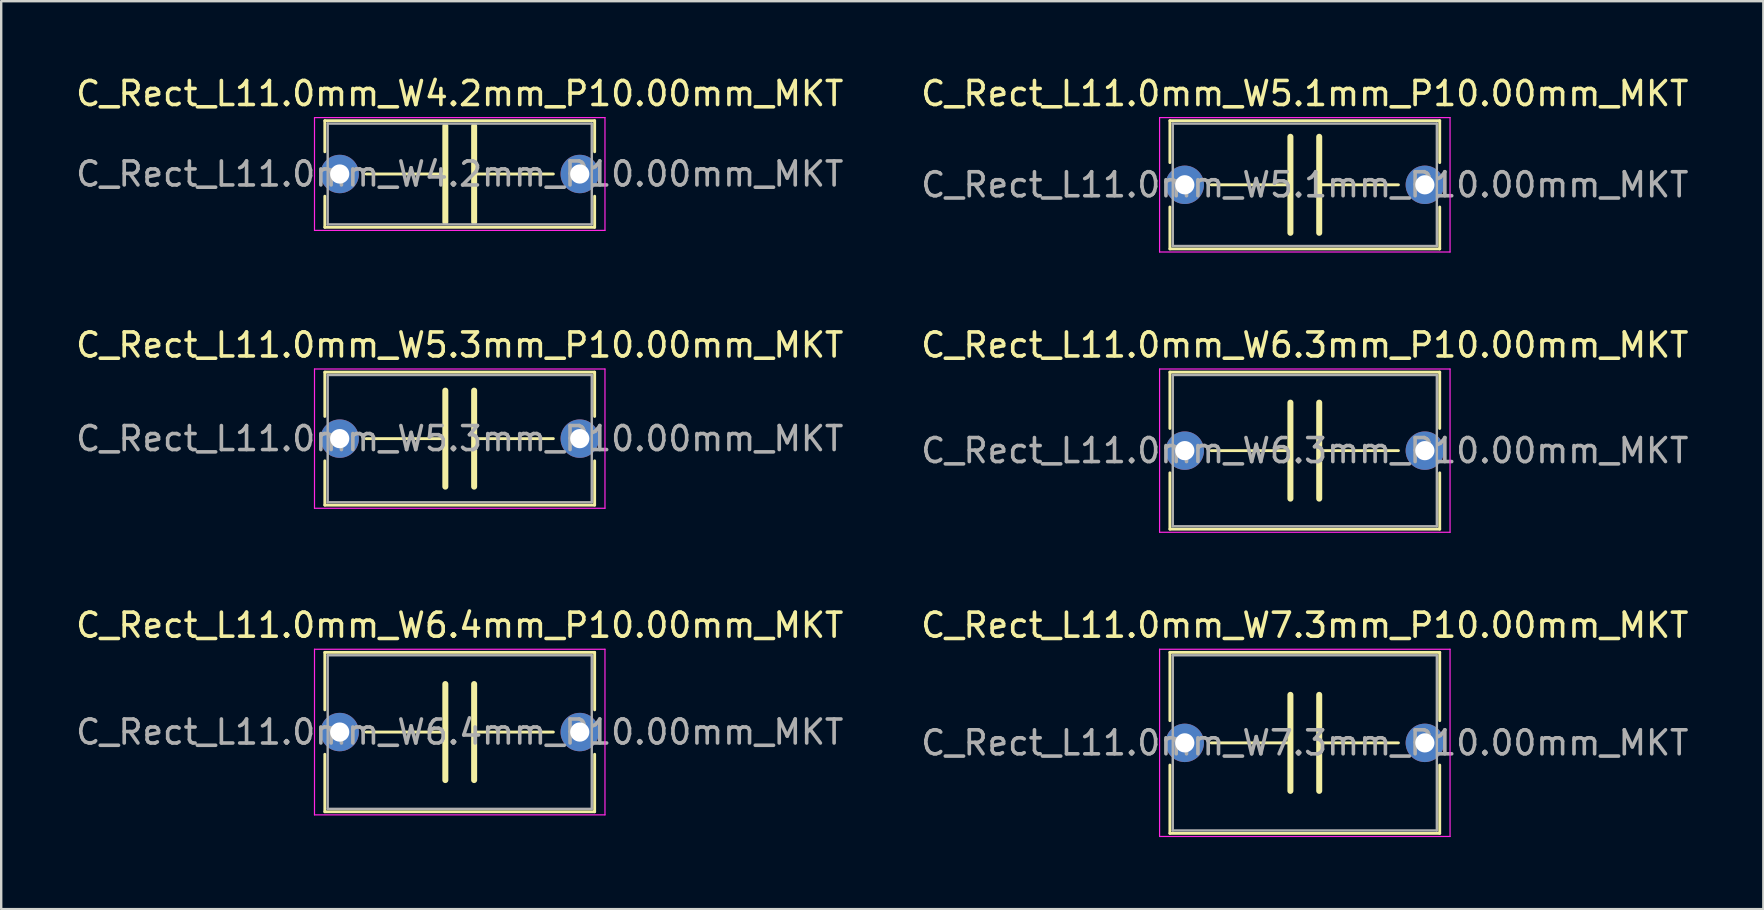
<source format=kicad_pcb>
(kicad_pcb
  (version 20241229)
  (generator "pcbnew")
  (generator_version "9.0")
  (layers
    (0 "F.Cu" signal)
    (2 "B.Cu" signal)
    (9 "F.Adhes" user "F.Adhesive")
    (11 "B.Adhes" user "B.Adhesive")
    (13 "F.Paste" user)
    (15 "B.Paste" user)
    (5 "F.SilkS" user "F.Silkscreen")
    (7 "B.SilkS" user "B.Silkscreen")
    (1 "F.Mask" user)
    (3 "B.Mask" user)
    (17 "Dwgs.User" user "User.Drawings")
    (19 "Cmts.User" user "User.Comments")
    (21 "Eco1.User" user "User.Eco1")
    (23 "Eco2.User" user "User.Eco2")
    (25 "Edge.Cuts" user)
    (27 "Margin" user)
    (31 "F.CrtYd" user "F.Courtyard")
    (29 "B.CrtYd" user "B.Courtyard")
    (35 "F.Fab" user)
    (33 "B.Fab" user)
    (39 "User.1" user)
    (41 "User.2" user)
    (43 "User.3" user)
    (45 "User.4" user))
  (footprint "C_Rect_L11.0mm_W6.3mm_P10.00mm_MKT"
    (layer "F.Cu")
    (at 46.304 15.722)
    (property "Reference" "C_Rect_L11.0mm_W6.3mm_P10.00mm_MKT" (at 5 -4.4 0) (layer "F.SilkS") (effects (font (size 1 1) (thickness 0.15))))
    (attr through_hole)
    (fp_line (start -0.62 -3.27) (end -0.62 -0.925) (stroke (width 0.12) (type solid)) (layer "F.SilkS"))
    (fp_line (start -0.62 -3.27) (end 10.62 -3.27) (stroke (width 0.12) (type solid)) (layer "F.SilkS"))
    (fp_line (start -0.62 0.925) (end -0.62 3.27) (stroke (width 0.12) (type solid)) (layer "F.SilkS"))
    (fp_line (start -0.62 3.27) (end 10.62 3.27) (stroke (width 0.12) (type solid)) (layer "F.SilkS"))
    (fp_line (start 1.1 0) (end 4.4 0) (stroke (width 0.12) (type solid)) (layer "F.SilkS"))
    (fp_line (start 4.4 2) (end 4.4 -2) (stroke (width 0.25) (type solid)) (layer "F.SilkS"))
    (fp_line (start 5.6 2) (end 5.6 -2) (stroke (width 0.25) (type solid)) (layer "F.SilkS"))
    (fp_line (start 8.9 0) (end 5.6 0) (stroke (width 0.12) (type solid)) (layer "F.SilkS"))
    (fp_line (start 10.62 -3.27) (end 10.62 -0.925) (stroke (width 0.12) (type solid)) (layer "F.SilkS"))
    (fp_line (start 10.62 0.925) (end 10.62 3.27) (stroke (width 0.12) (type solid)) (layer "F.SilkS"))
    (fp_line (start -1.05 -3.4) (end -1.05 3.4) (stroke (width 0.05) (type solid)) (layer "F.CrtYd"))
    (fp_line (start -1.05 3.4) (end 11.05 3.4) (stroke (width 0.05) (type solid)) (layer "F.CrtYd"))
    (fp_line (start 11.05 -3.4) (end -1.05 -3.4) (stroke (width 0.05) (type solid)) (layer "F.CrtYd"))
    (fp_line (start 11.05 3.4) (end 11.05 -3.4) (stroke (width 0.05) (type solid)) (layer "F.CrtYd"))
    (fp_line (start -0.5 -3.15) (end -0.5 3.15) (stroke (width 0.1) (type solid)) (layer "F.Fab"))
    (fp_line (start -0.5 3.15) (end 10.5 3.15) (stroke (width 0.1) (type solid)) (layer "F.Fab"))
    (fp_line (start 10.5 -3.15) (end -0.5 -3.15) (stroke (width 0.1) (type solid)) (layer "F.Fab"))
    (fp_line (start 10.5 3.15) (end 10.5 -3.15) (stroke (width 0.1) (type solid)) (layer "F.Fab"))
    (fp_text user "${REFERENCE}" (at 5 0 0) (layer "F.Fab") (effects (font (size 1 1) (thickness 0.15))))
    (pad "1" thru_hole circle (at 0 0) (size 1.6 1.6) (drill 0.8) (layers "*.Cu" "*.Mask"))
    (pad "2" thru_hole circle (at 10 0) (size 1.6 1.6) (drill 0.8) (layers "*.Cu" "*.Mask")))
  (footprint "C_Rect_L11.0mm_W5.3mm_P10.00mm_MKT"
    (layer "F.Cu")
    (at 11.101 15.222)
    (property "Reference" "C_Rect_L11.0mm_W5.3mm_P10.00mm_MKT" (at 5 -3.9 0) (layer "F.SilkS") (effects (font (size 1 1) (thickness 0.15))))
    (attr through_hole)
    (fp_line (start -0.62 -2.77) (end -0.62 -0.925) (stroke (width 0.12) (type solid)) (layer "F.SilkS"))
    (fp_line (start -0.62 -2.77) (end 10.62 -2.77) (stroke (width 0.12) (type solid)) (layer "F.SilkS"))
    (fp_line (start -0.62 0.925) (end -0.62 2.77) (stroke (width 0.12) (type solid)) (layer "F.SilkS"))
    (fp_line (start -0.62 2.77) (end 10.62 2.77) (stroke (width 0.12) (type solid)) (layer "F.SilkS"))
    (fp_line (start 1.1 0) (end 4.4 0) (stroke (width 0.12) (type solid)) (layer "F.SilkS"))
    (fp_line (start 4.4 2) (end 4.4 -2) (stroke (width 0.25) (type solid)) (layer "F.SilkS"))
    (fp_line (start 5.6 2) (end 5.6 -2) (stroke (width 0.25) (type solid)) (layer "F.SilkS"))
    (fp_line (start 8.9 0) (end 5.6 0) (stroke (width 0.12) (type solid)) (layer "F.SilkS"))
    (fp_line (start 10.62 -2.77) (end 10.62 -0.925) (stroke (width 0.12) (type solid)) (layer "F.SilkS"))
    (fp_line (start 10.62 0.925) (end 10.62 2.77) (stroke (width 0.12) (type solid)) (layer "F.SilkS"))
    (fp_line (start -1.05 -2.9) (end -1.05 2.9) (stroke (width 0.05) (type solid)) (layer "F.CrtYd"))
    (fp_line (start -1.05 2.9) (end 11.05 2.9) (stroke (width 0.05) (type solid)) (layer "F.CrtYd"))
    (fp_line (start 11.05 -2.9) (end -1.05 -2.9) (stroke (width 0.05) (type solid)) (layer "F.CrtYd"))
    (fp_line (start 11.05 2.9) (end 11.05 -2.9) (stroke (width 0.05) (type solid)) (layer "F.CrtYd"))
    (fp_line (start -0.5 -2.65) (end -0.5 2.65) (stroke (width 0.1) (type solid)) (layer "F.Fab"))
    (fp_line (start -0.5 2.65) (end 10.5 2.65) (stroke (width 0.1) (type solid)) (layer "F.Fab"))
    (fp_line (start 10.5 -2.65) (end -0.5 -2.65) (stroke (width 0.1) (type solid)) (layer "F.Fab"))
    (fp_line (start 10.5 2.65) (end 10.5 -2.65) (stroke (width 0.1) (type solid)) (layer "F.Fab"))
    (fp_text user "${REFERENCE}" (at 5 0 0) (layer "F.Fab") (effects (font (size 1 1) (thickness 0.15))))
    (pad "1" thru_hole circle (at 0 0) (size 1.6 1.6) (drill 0.8) (layers "*.Cu" "*.Mask"))
    (pad "2" thru_hole circle (at 10 0) (size 1.6 1.6) (drill 0.8) (layers "*.Cu" "*.Mask")))
  (footprint "C_Rect_L11.0mm_W4.2mm_P10.00mm_MKT"
    (layer "F.Cu")
    (at 11.101 4.198)
    (property "Reference" "C_Rect_L11.0mm_W4.2mm_P10.00mm_MKT" (at 5 -3.35 0) (layer "F.SilkS") (effects (font (size 1 1) (thickness 0.15))))
    (attr through_hole)
    (fp_line (start -0.62 -2.22) (end -0.62 -0.925) (stroke (width 0.12) (type solid)) (layer "F.SilkS"))
    (fp_line (start -0.62 -2.22) (end 10.62 -2.22) (stroke (width 0.12) (type solid)) (layer "F.SilkS"))
    (fp_line (start -0.62 0.925) (end -0.62 2.22) (stroke (width 0.12) (type solid)) (layer "F.SilkS"))
    (fp_line (start -0.62 2.22) (end 10.62 2.22) (stroke (width 0.12) (type solid)) (layer "F.SilkS"))
    (fp_line (start 1.1 0) (end 4.4 0) (stroke (width 0.12) (type solid)) (layer "F.SilkS"))
    (fp_line (start 4.4 2) (end 4.4 -2) (stroke (width 0.25) (type solid)) (layer "F.SilkS"))
    (fp_line (start 5.6 2) (end 5.6 -2) (stroke (width 0.25) (type solid)) (layer "F.SilkS"))
    (fp_line (start 8.9 0) (end 5.6 0) (stroke (width 0.12) (type solid)) (layer "F.SilkS"))
    (fp_line (start 10.62 -2.22) (end 10.62 -0.925) (stroke (width 0.12) (type solid)) (layer "F.SilkS"))
    (fp_line (start 10.62 0.925) (end 10.62 2.22) (stroke (width 0.12) (type solid)) (layer "F.SilkS"))
    (fp_line (start -1.05 -2.35) (end -1.05 2.35) (stroke (width 0.05) (type solid)) (layer "F.CrtYd"))
    (fp_line (start -1.05 2.35) (end 11.05 2.35) (stroke (width 0.05) (type solid)) (layer "F.CrtYd"))
    (fp_line (start 11.05 -2.35) (end -1.05 -2.35) (stroke (width 0.05) (type solid)) (layer "F.CrtYd"))
    (fp_line (start 11.05 2.35) (end 11.05 -2.35) (stroke (width 0.05) (type solid)) (layer "F.CrtYd"))
    (fp_line (start -0.5 -2.1) (end -0.5 2.1) (stroke (width 0.1) (type solid)) (layer "F.Fab"))
    (fp_line (start -0.5 2.1) (end 10.5 2.1) (stroke (width 0.1) (type solid)) (layer "F.Fab"))
    (fp_line (start 10.5 -2.1) (end -0.5 -2.1) (stroke (width 0.1) (type solid)) (layer "F.Fab"))
    (fp_line (start 10.5 2.1) (end 10.5 -2.1) (stroke (width 0.1) (type solid)) (layer "F.Fab"))
    (fp_text user "${REFERENCE}" (at 5 0 0) (layer "F.Fab") (effects (font (size 1 1) (thickness 0.15))))
    (pad "1" thru_hole circle (at 0 0) (size 1.6 1.6) (drill 0.8) (layers "*.Cu" "*.Mask"))
    (pad "2" thru_hole circle (at 10 0) (size 1.6 1.6) (drill 0.8) (layers "*.Cu" "*.Mask")))
  (footprint "C_Rect_L11.0mm_W6.4mm_P10.00mm_MKT"
    (layer "F.Cu")
    (at 11.101 27.445)
    (property "Reference" "C_Rect_L11.0mm_W6.4mm_P10.00mm_MKT" (at 5 -4.45 0) (layer "F.SilkS") (effects (font (size 1 1) (thickness 0.15))))
    (attr through_hole)
    (fp_line (start -0.62 -3.32) (end -0.62 -0.925) (stroke (width 0.12) (type solid)) (layer "F.SilkS"))
    (fp_line (start -0.62 -3.32) (end 10.62 -3.32) (stroke (width 0.12) (type solid)) (layer "F.SilkS"))
    (fp_line (start -0.62 0.925) (end -0.62 3.32) (stroke (width 0.12) (type solid)) (layer "F.SilkS"))
    (fp_line (start -0.62 3.32) (end 10.62 3.32) (stroke (width 0.12) (type solid)) (layer "F.SilkS"))
    (fp_line (start 1.1 0) (end 4.4 0) (stroke (width 0.12) (type solid)) (layer "F.SilkS"))
    (fp_line (start 4.4 2) (end 4.4 -2) (stroke (width 0.25) (type solid)) (layer "F.SilkS"))
    (fp_line (start 5.6 2) (end 5.6 -2) (stroke (width 0.25) (type solid)) (layer "F.SilkS"))
    (fp_line (start 8.9 0) (end 5.6 0) (stroke (width 0.12) (type solid)) (layer "F.SilkS"))
    (fp_line (start 10.62 -3.32) (end 10.62 -0.925) (stroke (width 0.12) (type solid)) (layer "F.SilkS"))
    (fp_line (start 10.62 0.925) (end 10.62 3.32) (stroke (width 0.12) (type solid)) (layer "F.SilkS"))
    (fp_line (start -1.05 -3.45) (end -1.05 3.45) (stroke (width 0.05) (type solid)) (layer "F.CrtYd"))
    (fp_line (start -1.05 3.45) (end 11.05 3.45) (stroke (width 0.05) (type solid)) (layer "F.CrtYd"))
    (fp_line (start 11.05 -3.45) (end -1.05 -3.45) (stroke (width 0.05) (type solid)) (layer "F.CrtYd"))
    (fp_line (start 11.05 3.45) (end 11.05 -3.45) (stroke (width 0.05) (type solid)) (layer "F.CrtYd"))
    (fp_line (start -0.5 -3.2) (end -0.5 3.2) (stroke (width 0.1) (type solid)) (layer "F.Fab"))
    (fp_line (start -0.5 3.2) (end 10.5 3.2) (stroke (width 0.1) (type solid)) (layer "F.Fab"))
    (fp_line (start 10.5 -3.2) (end -0.5 -3.2) (stroke (width 0.1) (type solid)) (layer "F.Fab"))
    (fp_line (start 10.5 3.2) (end 10.5 -3.2) (stroke (width 0.1) (type solid)) (layer "F.Fab"))
    (fp_text user "${REFERENCE}" (at 5 0 0) (layer "F.Fab") (effects (font (size 1 1) (thickness 0.15))))
    (pad "1" thru_hole circle (at 0 0) (size 1.6 1.6) (drill 0.8) (layers "*.Cu" "*.Mask"))
    (pad "2" thru_hole circle (at 10 0) (size 1.6 1.6) (drill 0.8) (layers "*.Cu" "*.Mask")))
  (footprint "C_Rect_L11.0mm_W7.3mm_P10.00mm_MKT"
    (layer "F.Cu")
    (at 46.304 27.895)
    (property "Reference" "C_Rect_L11.0mm_W7.3mm_P10.00mm_MKT" (at 5 -4.9 0) (layer "F.SilkS") (effects (font (size 1 1) (thickness 0.15))))
    (attr through_hole)
    (fp_line (start -0.62 -3.77) (end -0.62 -0.925) (stroke (width 0.12) (type solid)) (layer "F.SilkS"))
    (fp_line (start -0.62 -3.77) (end 10.62 -3.77) (stroke (width 0.12) (type solid)) (layer "F.SilkS"))
    (fp_line (start -0.62 0.925) (end -0.62 3.77) (stroke (width 0.12) (type solid)) (layer "F.SilkS"))
    (fp_line (start -0.62 3.77) (end 10.62 3.77) (stroke (width 0.12) (type solid)) (layer "F.SilkS"))
    (fp_line (start 1.1 0) (end 4.4 0) (stroke (width 0.12) (type solid)) (layer "F.SilkS"))
    (fp_line (start 4.4 2) (end 4.4 -2) (stroke (width 0.25) (type solid)) (layer "F.SilkS"))
    (fp_line (start 5.6 2) (end 5.6 -2) (stroke (width 0.25) (type solid)) (layer "F.SilkS"))
    (fp_line (start 8.9 0) (end 5.6 0) (stroke (width 0.12) (type solid)) (layer "F.SilkS"))
    (fp_line (start 10.62 -3.77) (end 10.62 -0.925) (stroke (width 0.12) (type solid)) (layer "F.SilkS"))
    (fp_line (start 10.62 0.925) (end 10.62 3.77) (stroke (width 0.12) (type solid)) (layer "F.SilkS"))
    (fp_line (start -1.05 -3.9) (end -1.05 3.9) (stroke (width 0.05) (type solid)) (layer "F.CrtYd"))
    (fp_line (start -1.05 3.9) (end 11.05 3.9) (stroke (width 0.05) (type solid)) (layer "F.CrtYd"))
    (fp_line (start 11.05 -3.9) (end -1.05 -3.9) (stroke (width 0.05) (type solid)) (layer "F.CrtYd"))
    (fp_line (start 11.05 3.9) (end 11.05 -3.9) (stroke (width 0.05) (type solid)) (layer "F.CrtYd"))
    (fp_line (start -0.5 -3.65) (end -0.5 3.65) (stroke (width 0.1) (type solid)) (layer "F.Fab"))
    (fp_line (start -0.5 3.65) (end 10.5 3.65) (stroke (width 0.1) (type solid)) (layer "F.Fab"))
    (fp_line (start 10.5 -3.65) (end -0.5 -3.65) (stroke (width 0.1) (type solid)) (layer "F.Fab"))
    (fp_line (start 10.5 3.65) (end 10.5 -3.65) (stroke (width 0.1) (type solid)) (layer "F.Fab"))
    (fp_text user "${REFERENCE}" (at 5 0 0) (layer "F.Fab") (effects (font (size 1 1) (thickness 0.15))))
    (pad "1" thru_hole circle (at 0 0) (size 1.6 1.6) (drill 0.8) (layers "*.Cu" "*.Mask"))
    (pad "2" thru_hole circle (at 10 0) (size 1.6 1.6) (drill 0.8) (layers "*.Cu" "*.Mask")))
  (footprint "C_Rect_L11.0mm_W5.1mm_P10.00mm_MKT"
    (layer "F.Cu")
    (at 46.304 4.648)
    (property "Reference" "C_Rect_L11.0mm_W5.1mm_P10.00mm_MKT" (at 5 -3.8 0) (layer "F.SilkS") (effects (font (size 1 1) (thickness 0.15))))
    (attr through_hole)
    (fp_line (start -0.62 -2.67) (end -0.62 -0.925) (stroke (width 0.12) (type solid)) (layer "F.SilkS"))
    (fp_line (start -0.62 -2.67) (end 10.62 -2.67) (stroke (width 0.12) (type solid)) (layer "F.SilkS"))
    (fp_line (start -0.62 0.925) (end -0.62 2.67) (stroke (width 0.12) (type solid)) (layer "F.SilkS"))
    (fp_line (start -0.62 2.67) (end 10.62 2.67) (stroke (width 0.12) (type solid)) (layer "F.SilkS"))
    (fp_line (start 1.1 0) (end 4.4 0) (stroke (width 0.12) (type solid)) (layer "F.SilkS"))
    (fp_line (start 4.4 2) (end 4.4 -2) (stroke (width 0.25) (type solid)) (layer "F.SilkS"))
    (fp_line (start 5.6 2) (end 5.6 -2) (stroke (width 0.25) (type solid)) (layer "F.SilkS"))
    (fp_line (start 8.9 0) (end 5.6 0) (stroke (width 0.12) (type solid)) (layer "F.SilkS"))
    (fp_line (start 10.62 -2.67) (end 10.62 -0.925) (stroke (width 0.12) (type solid)) (layer "F.SilkS"))
    (fp_line (start 10.62 0.925) (end 10.62 2.67) (stroke (width 0.12) (type solid)) (layer "F.SilkS"))
    (fp_line (start -1.05 -2.8) (end -1.05 2.8) (stroke (width 0.05) (type solid)) (layer "F.CrtYd"))
    (fp_line (start -1.05 2.8) (end 11.05 2.8) (stroke (width 0.05) (type solid)) (layer "F.CrtYd"))
    (fp_line (start 11.05 -2.8) (end -1.05 -2.8) (stroke (width 0.05) (type solid)) (layer "F.CrtYd"))
    (fp_line (start 11.05 2.8) (end 11.05 -2.8) (stroke (width 0.05) (type solid)) (layer "F.CrtYd"))
    (fp_line (start -0.5 -2.55) (end -0.5 2.55) (stroke (width 0.1) (type solid)) (layer "F.Fab"))
    (fp_line (start -0.5 2.55) (end 10.5 2.55) (stroke (width 0.1) (type solid)) (layer "F.Fab"))
    (fp_line (start 10.5 -2.55) (end -0.5 -2.55) (stroke (width 0.1) (type solid)) (layer "F.Fab"))
    (fp_line (start 10.5 2.55) (end 10.5 -2.55) (stroke (width 0.1) (type solid)) (layer "F.Fab"))
    (fp_text user "${REFERENCE}" (at 5 0 0) (layer "F.Fab") (effects (font (size 1 1) (thickness 0.15))))
    (pad "1" thru_hole circle (at 0 0) (size 1.6 1.6) (drill 0.8) (layers "*.Cu" "*.Mask"))
    (pad "2" thru_hole circle (at 10 0) (size 1.6 1.6) (drill 0.8) (layers "*.Cu" "*.Mask")))
  (gr_rect
    (start -3 -3)
    (end 70.405 34.82)
    (stroke (width 0.1) (type default))
    (fill no)
    (layer "Edge.Cuts")))
</source>
